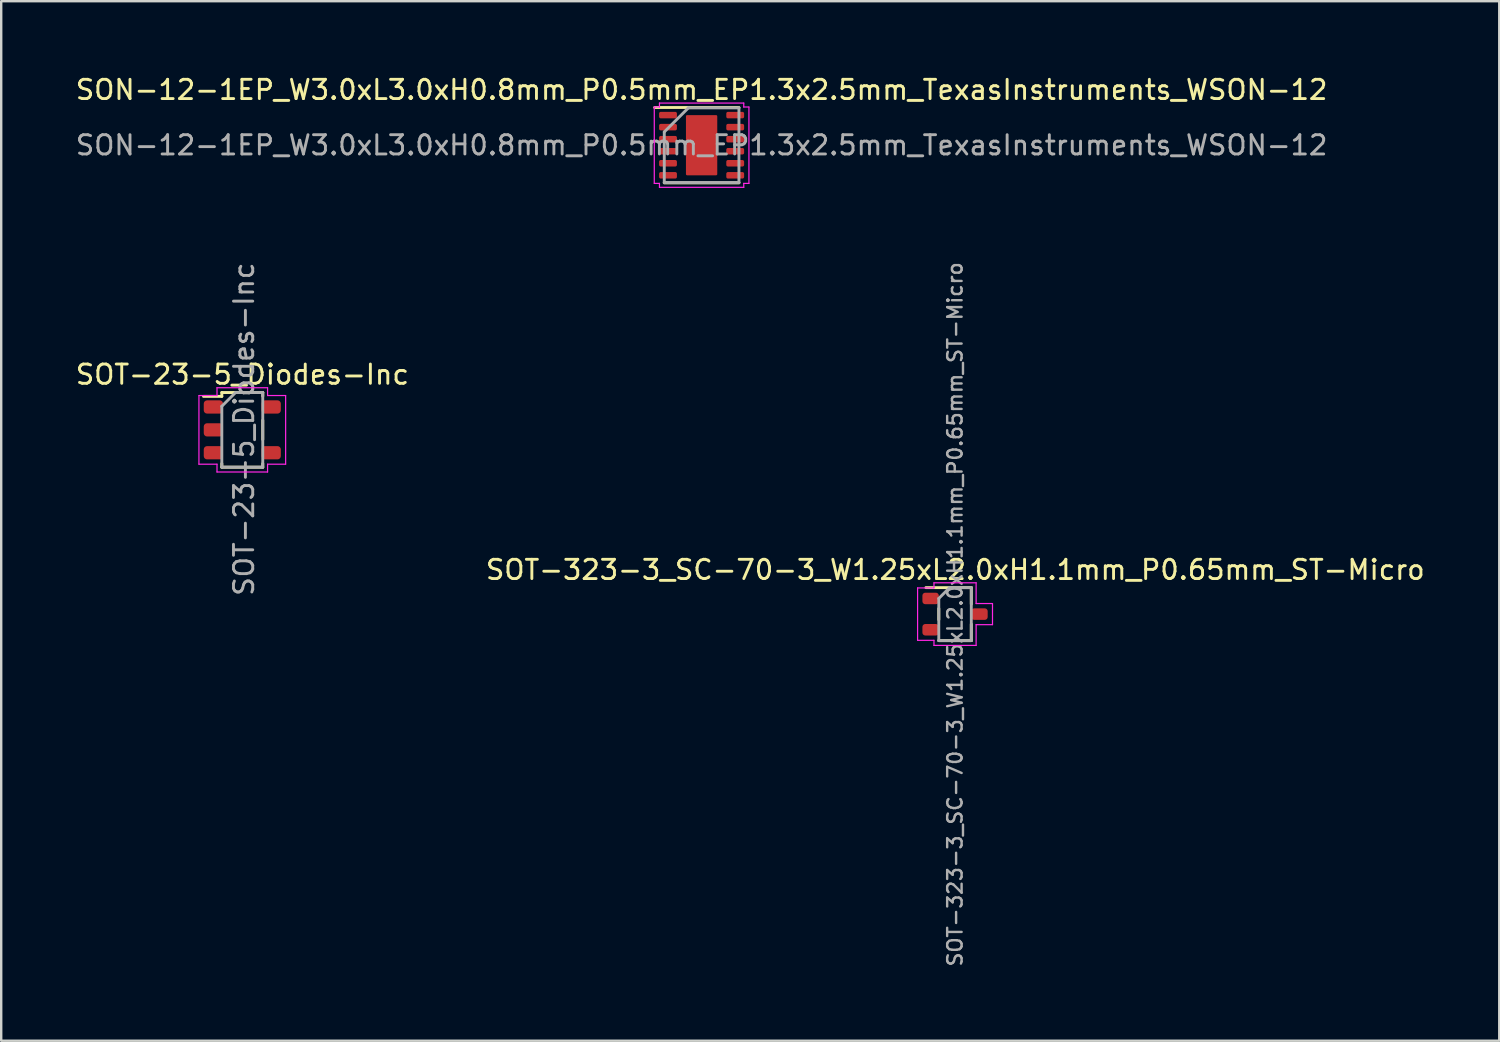
<source format=kicad_pcb>
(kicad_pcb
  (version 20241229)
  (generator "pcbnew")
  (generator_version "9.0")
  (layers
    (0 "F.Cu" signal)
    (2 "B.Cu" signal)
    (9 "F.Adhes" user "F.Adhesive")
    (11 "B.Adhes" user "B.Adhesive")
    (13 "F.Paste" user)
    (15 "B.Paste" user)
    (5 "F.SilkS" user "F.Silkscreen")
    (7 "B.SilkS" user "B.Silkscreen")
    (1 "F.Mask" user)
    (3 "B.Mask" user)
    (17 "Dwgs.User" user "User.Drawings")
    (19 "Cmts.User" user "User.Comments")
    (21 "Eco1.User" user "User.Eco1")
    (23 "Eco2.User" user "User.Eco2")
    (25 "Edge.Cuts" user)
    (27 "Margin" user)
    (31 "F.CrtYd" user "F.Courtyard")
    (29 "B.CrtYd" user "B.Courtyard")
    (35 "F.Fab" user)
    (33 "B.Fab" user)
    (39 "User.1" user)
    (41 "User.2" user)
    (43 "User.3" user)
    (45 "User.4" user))
  (footprint "SOT-23-5_Diodes-Inc"
    (layer "F.Cu")
    (at 7.01 14.798)
    (property "Reference" "SOT-23-5_Diodes-Inc" (at 0.004 -2.297 0) (layer "F.SilkS") (effects (font (size 0.8 0.8) (thickness 0.12))))
    (attr smd)
    (fp_line (start -0.85 -1.55) (end -0.85 -1.39) (stroke (width 0.12) (type solid)) (layer "F.SilkS"))
    (fp_line (start -0.85 -1.55) (end 0.85 -1.55) (stroke (width 0.12) (type solid)) (layer "F.SilkS"))
    (fp_line (start -0.85 -1.39) (end -1.61 -1.39) (stroke (width 0.12) (type solid)) (layer "F.SilkS"))
    (fp_line (start -0.85 1.4) (end -0.85 1.55) (stroke (width 0.12) (type solid)) (layer "F.SilkS"))
    (fp_line (start 0.85 -1.4) (end 0.85 -1.55) (stroke (width 0.12) (type solid)) (layer "F.SilkS"))
    (fp_line (start 0.85 0.4) (end 0.85 -0.4) (stroke (width 0.12) (type solid)) (layer "F.SilkS"))
    (fp_line (start 0.85 1.55) (end -0.85 1.55) (stroke (width 0.12) (type solid)) (layer "F.SilkS"))
    (fp_line (start 0.85 1.55) (end 0.85 1.4) (stroke (width 0.12) (type solid)) (layer "F.SilkS"))
    (fp_line (start -1.8 -1.42) (end -1.8 1.425) (stroke (width 0.05) (type solid)) (layer "F.CrtYd"))
    (fp_line (start -1.8 1.425) (end -1.05 1.425) (stroke (width 0.05) (type solid)) (layer "F.CrtYd"))
    (fp_line (start -1.05 -1.75) (end -1.05 -1.42) (stroke (width 0.05) (type solid)) (layer "F.CrtYd"))
    (fp_line (start -1.05 -1.425) (end -1.8 -1.425) (stroke (width 0.05) (type solid)) (layer "F.CrtYd"))
    (fp_line (start -1.05 1.425) (end -1.05 1.75) (stroke (width 0.05) (type solid)) (layer "F.CrtYd"))
    (fp_line (start -1.05 1.75) (end 1.05 1.75) (stroke (width 0.05) (type solid)) (layer "F.CrtYd"))
    (fp_line (start 1.05 -1.75) (end -1.05 -1.75) (stroke (width 0.05) (type solid)) (layer "F.CrtYd"))
    (fp_line (start 1.05 -1.425) (end 1.05 -1.75) (stroke (width 0.05) (type solid)) (layer "F.CrtYd"))
    (fp_line (start 1.05 1.425) (end 1.8 1.425) (stroke (width 0.05) (type solid)) (layer "F.CrtYd"))
    (fp_line (start 1.05 1.75) (end 1.05 1.425) (stroke (width 0.05) (type solid)) (layer "F.CrtYd"))
    (fp_line (start 1.8 -1.425) (end 1.05 -1.425) (stroke (width 0.05) (type solid)) (layer "F.CrtYd"))
    (fp_line (start 1.8 1.425) (end 1.8 -1.425) (stroke (width 0.05) (type solid)) (layer "F.CrtYd"))
    (fp_line (start -0.85 -0.98) (end -0.28 -1.55) (stroke (width 0.12) (type solid)) (layer "F.Fab"))
    (fp_line (start -0.85 1.55) (end -0.85 -0.98) (stroke (width 0.12) (type solid)) (layer "F.Fab"))
    (fp_line (start -0.28 -1.55) (end 0.85 -1.55) (stroke (width 0.12) (type solid)) (layer "F.Fab"))
    (fp_line (start 0.85 -1.55) (end 0.85 1.55) (stroke (width 0.12) (type solid)) (layer "F.Fab"))
    (fp_line (start 0.85 1.55) (end -0.85 1.55) (stroke (width 0.12) (type solid)) (layer "F.Fab"))
    (fp_text user "${REFERENCE}" (at 0.07 -0.03 270) (layer "F.Fab") (effects (font (size 0.8 0.8) (thickness 0.12))))
    (pad "1" smd roundrect (at -1.2 -0.95) (size 0.8 0.55) (layers "F.Cu" "F.Mask" "F.Paste") (roundrect_rratio 0.25))
    (pad "2" smd roundrect (at -1.2 0) (size 0.8 0.55) (layers "F.Cu" "F.Mask" "F.Paste") (roundrect_rratio 0.25))
    (pad "3" smd roundrect (at -1.2 0.95) (size 0.8 0.55) (layers "F.Cu" "F.Mask" "F.Paste") (roundrect_rratio 0.25))
    (pad "4" smd roundrect (at 1.2 0.95) (size 0.8 0.55) (layers "F.Cu" "F.Mask" "F.Paste") (roundrect_rratio 0.25))
    (pad "5" smd roundrect (at 1.2 -0.95) (size 0.8 0.55) (layers "F.Cu" "F.Mask" "F.Paste") (roundrect_rratio 0.25)))
  (footprint "SON-12-1EP_W3.0xL3.0xH0.8mm_P0.5mm_EP1.3x2.5mm_TexasInstruments_WSON-12"
    (layer "F.Cu")
    (at 26.081 2.979)
    (property "Reference" "SON-12-1EP_W3.0xL3.0xH0.8mm_P0.5mm_EP1.3x2.5mm_TexasInstruments_WSON-12" (at 0 -2.3 0) (layer "F.SilkS") (effects (font (size 0.8 0.8) (thickness 0.12))))
    (attr smd)
    (fp_line (start -1.95 -1.565) (end 1.55 -1.565) (stroke (width 0.12) (type solid)) (layer "F.SilkS"))
    (fp_line (start -1.55 1.565) (end 1.55 1.565) (stroke (width 0.12) (type solid)) (layer "F.SilkS"))
    (fp_line (start -1.965 -1.585) (end -1.965 1.585) (stroke (width 0.05) (type solid)) (layer "F.CrtYd"))
    (fp_line (start -1.965 1.585) (end -1.75 1.585) (stroke (width 0.05) (type solid)) (layer "F.CrtYd"))
    (fp_line (start -1.75 -1.75) (end -1.75 -1.585) (stroke (width 0.05) (type solid)) (layer "F.CrtYd"))
    (fp_line (start -1.75 -1.585) (end -1.965 -1.585) (stroke (width 0.05) (type solid)) (layer "F.CrtYd"))
    (fp_line (start -1.75 1.585) (end -1.75 1.75) (stroke (width 0.05) (type solid)) (layer "F.CrtYd"))
    (fp_line (start -1.75 1.75) (end 1.75 1.75) (stroke (width 0.05) (type solid)) (layer "F.CrtYd"))
    (fp_line (start 1.75 -1.75) (end -1.75 -1.75) (stroke (width 0.05) (type solid)) (layer "F.CrtYd"))
    (fp_line (start 1.75 -1.585) (end 1.75 -1.75) (stroke (width 0.05) (type solid)) (layer "F.CrtYd"))
    (fp_line (start 1.75 1.585) (end 1.965 1.585) (stroke (width 0.05) (type solid)) (layer "F.CrtYd"))
    (fp_line (start 1.75 1.75) (end 1.75 1.585) (stroke (width 0.05) (type solid)) (layer "F.CrtYd"))
    (fp_line (start 1.965 -1.585) (end 1.75 -1.585) (stroke (width 0.05) (type solid)) (layer "F.CrtYd"))
    (fp_line (start 1.965 1.585) (end 1.965 -1.585) (stroke (width 0.05) (type solid)) (layer "F.CrtYd"))
    (fp_line (start -1.55 -0.55) (end -0.55 -1.55) (stroke (width 0.12) (type solid)) (layer "F.Fab"))
    (fp_line (start -1.55 1.55) (end -1.55 -0.55) (stroke (width 0.12) (type solid)) (layer "F.Fab"))
    (fp_line (start -0.55 -1.55) (end 1.55 -1.55) (stroke (width 0.12) (type solid)) (layer "F.Fab"))
    (fp_line (start 1.55 -1.55) (end 1.55 1.55) (stroke (width 0.12) (type solid)) (layer "F.Fab"))
    (fp_line (start 1.55 1.55) (end -1.55 1.55) (stroke (width 0.12) (type solid)) (layer "F.Fab"))
    (fp_text user "${REFERENCE}" (at 0 0 0) (layer "F.Fab") (effects (font (size 0.8 0.8) (thickness 0.12))))
    (pad "" smd rect (at -0.325 -0.625) (size 0.512 1.112) (layers "F.Paste"))
    (pad "" smd rect (at -0.325 0.625) (size 0.512 1.112) (layers "F.Paste"))
    (pad "" smd rect (at 0.325 -0.625) (size 0.512 1.112) (layers "F.Paste"))
    (pad "" smd rect (at 0.325 0.625) (size 0.512 1.112) (layers "F.Paste"))
    (pad "1" smd roundrect (at -1.395 -1.25) (size 0.74 0.27) (layers "F.Cu" "F.Mask" "F.Paste") (roundrect_rratio 0.252))
    (pad "2" smd roundrect (at -1.395 -0.75) (size 0.74 0.27) (layers "F.Cu" "F.Mask" "F.Paste") (roundrect_rratio 0.252))
    (pad "3" smd roundrect (at -1.395 -0.25) (size 0.74 0.27) (layers "F.Cu" "F.Mask" "F.Paste") (roundrect_rratio 0.252))
    (pad "4" smd roundrect (at -1.395 0.25) (size 0.74 0.27) (layers "F.Cu" "F.Mask" "F.Paste") (roundrect_rratio 0.252))
    (pad "5" smd roundrect (at -1.395 0.75) (size 0.74 0.27) (layers "F.Cu" "F.Mask" "F.Paste") (roundrect_rratio 0.252))
    (pad "6" smd roundrect (at -1.395 1.25) (size 0.74 0.27) (layers "F.Cu" "F.Mask" "F.Paste") (roundrect_rratio 0.252))
    (pad "7" smd roundrect (at 1.395 1.25) (size 0.74 0.27) (layers "F.Cu" "F.Mask" "F.Paste") (roundrect_rratio 0.252))
    (pad "8" smd roundrect (at 1.395 0.75) (size 0.74 0.27) (layers "F.Cu" "F.Mask" "F.Paste") (roundrect_rratio 0.252))
    (pad "9" smd roundrect (at 1.395 0.25) (size 0.74 0.27) (layers "F.Cu" "F.Mask" "F.Paste") (roundrect_rratio 0.252))
    (pad "10" smd roundrect (at 1.395 -0.25) (size 0.74 0.27) (layers "F.Cu" "F.Mask" "F.Paste") (roundrect_rratio 0.252))
    (pad "11" smd roundrect (at 1.395 -0.75) (size 0.74 0.27) (layers "F.Cu" "F.Mask" "F.Paste") (roundrect_rratio 0.252))
    (pad "12" smd roundrect (at 1.395 -1.25) (size 0.74 0.27) (layers "F.Cu" "F.Mask" "F.Paste") (roundrect_rratio 0.252))
    (pad "13" smd roundrect (at 0 0) (size 1.3 2.5) (property pad_prop_heatsink) (layers "F.Cu" "F.Mask") (roundrect_rratio 0.038)))
  (footprint "SOT-323-3_SC-70-3_W1.25xL2.0xH1.1mm_P0.65mm_ST-Micro"
    (layer "F.Cu")
    (at 36.604 22.448)
    (property "Reference" "SOT-323-3_SC-70-3_W1.25xL2.0xH1.1mm_P0.65mm_ST-Micro" (at 0.01 -1.84 0) (layer "F.SilkS") (effects (font (size 0.8 0.8) (thickness 0.12))))
    (attr smd)
    (fp_line (start -1.21 -1.1) (end 0.675 -1.1) (stroke (width 0.12) (type solid)) (layer "F.SilkS"))
    (fp_line (start -0.675 0.232) (end -0.675 -0.232) (stroke (width 0.12) (type solid)) (layer "F.SilkS"))
    (fp_line (start 0.675 -1.1) (end 0.675 -0.418) (stroke (width 0.12) (type solid)) (layer "F.SilkS"))
    (fp_line (start 0.675 0.418) (end 0.675 1.1) (stroke (width 0.12) (type solid)) (layer "F.SilkS"))
    (fp_line (start 0.675 1.1) (end -0.675 1.1) (stroke (width 0.12) (type solid)) (layer "F.SilkS"))
    (fp_line (start -1.555 -1.088) (end -1.555 1.088) (stroke (width 0.05) (type solid)) (layer "F.CrtYd"))
    (fp_line (start -1.555 1.088) (end -0.875 1.088) (stroke (width 0.05) (type solid)) (layer "F.CrtYd"))
    (fp_line (start -0.875 -1.3) (end -0.875 -1.088) (stroke (width 0.05) (type solid)) (layer "F.CrtYd"))
    (fp_line (start -0.875 -1.088) (end -1.555 -1.088) (stroke (width 0.05) (type solid)) (layer "F.CrtYd"))
    (fp_line (start -0.875 1.088) (end -0.875 1.3) (stroke (width 0.05) (type solid)) (layer "F.CrtYd"))
    (fp_line (start -0.875 1.3) (end 0.875 1.3) (stroke (width 0.05) (type solid)) (layer "F.CrtYd"))
    (fp_line (start 0.875 -1.3) (end -0.875 -1.3) (stroke (width 0.05) (type solid)) (layer "F.CrtYd"))
    (fp_line (start 0.875 -0.438) (end 0.875 -1.3) (stroke (width 0.05) (type solid)) (layer "F.CrtYd"))
    (fp_line (start 0.875 0.438) (end 1.555 0.438) (stroke (width 0.05) (type solid)) (layer "F.CrtYd"))
    (fp_line (start 0.875 1.3) (end 0.875 0.438) (stroke (width 0.05) (type solid)) (layer "F.CrtYd"))
    (fp_line (start 1.555 -0.438) (end 0.875 -0.438) (stroke (width 0.05) (type solid)) (layer "F.CrtYd"))
    (fp_line (start 1.555 0.438) (end 1.555 -0.438) (stroke (width 0.05) (type solid)) (layer "F.CrtYd"))
    (fp_line (start -0.675 -0.65) (end -0.225 -1.1) (stroke (width 0.12) (type solid)) (layer "F.Fab"))
    (fp_line (start -0.675 1.1) (end -0.675 -0.65) (stroke (width 0.12) (type solid)) (layer "F.Fab"))
    (fp_line (start -0.225 -1.1) (end 0.675 -1.1) (stroke (width 0.12) (type solid)) (layer "F.Fab"))
    (fp_line (start 0.675 -1.1) (end 0.675 1.1) (stroke (width 0.12) (type solid)) (layer "F.Fab"))
    (fp_line (start 0.675 1.1) (end -0.675 1.1) (stroke (width 0.12) (type solid)) (layer "F.Fab"))
    (fp_text user "${REFERENCE}" (at 0 0.01 90) (layer "F.Fab") (effects (font (size 0.6 0.6) (thickness 0.1))))
    (pad "1" smd roundrect (at -1.015 -0.65) (size 0.68 0.477) (layers "F.Cu" "F.Mask" "F.Paste") (roundrect_rratio 0.249))
    (pad "2" smd roundrect (at -1.015 0.65) (size 0.68 0.477) (layers "F.Cu" "F.Mask" "F.Paste") (roundrect_rratio 0.249))
    (pad "3" smd roundrect (at 1.015 0) (size 0.68 0.477) (layers "F.Cu" "F.Mask" "F.Paste") (roundrect_rratio 0.249)))
  (gr_rect
    (start -3 -3)
    (end 59.2 40.162)
    (stroke (width 0.1) (type default))
    (fill no)
    (layer "Edge.Cuts")))
</source>
